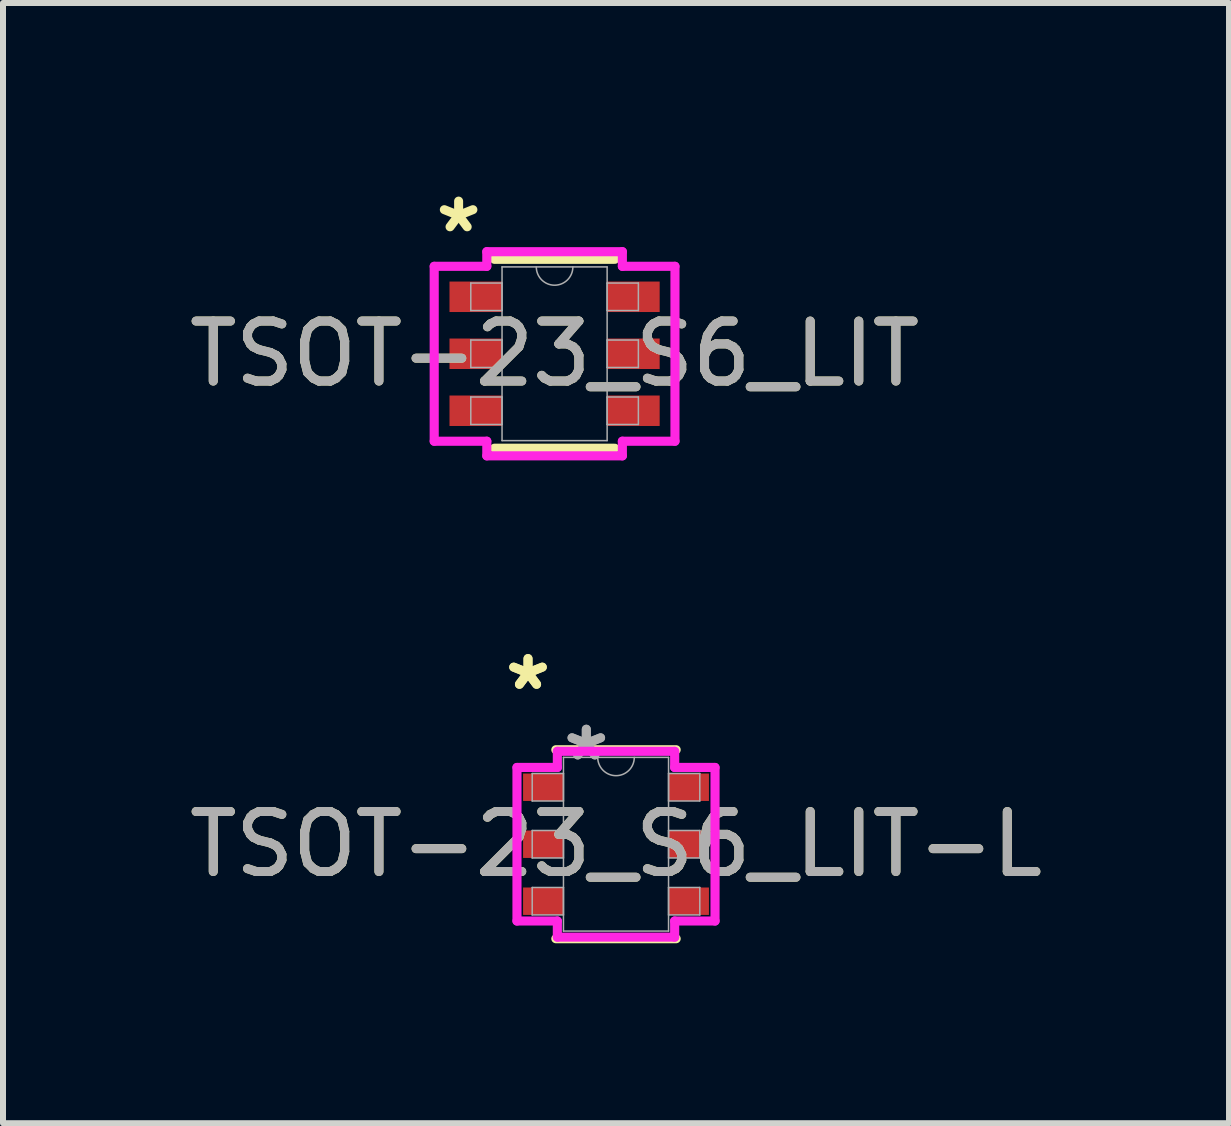
<source format=kicad_pcb>
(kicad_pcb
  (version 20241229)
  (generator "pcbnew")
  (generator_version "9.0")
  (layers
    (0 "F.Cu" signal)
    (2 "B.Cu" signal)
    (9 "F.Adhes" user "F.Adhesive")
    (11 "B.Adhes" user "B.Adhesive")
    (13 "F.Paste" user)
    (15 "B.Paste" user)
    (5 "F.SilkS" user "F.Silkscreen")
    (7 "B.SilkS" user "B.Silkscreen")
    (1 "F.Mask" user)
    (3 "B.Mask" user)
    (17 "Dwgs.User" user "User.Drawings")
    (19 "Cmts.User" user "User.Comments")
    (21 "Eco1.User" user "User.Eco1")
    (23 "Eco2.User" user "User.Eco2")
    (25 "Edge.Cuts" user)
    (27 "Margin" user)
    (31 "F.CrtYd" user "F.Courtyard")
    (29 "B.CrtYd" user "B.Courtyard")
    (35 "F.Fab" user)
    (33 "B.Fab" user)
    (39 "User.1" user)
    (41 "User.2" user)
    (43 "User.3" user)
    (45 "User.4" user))
  (footprint "TSOT-23_S6_LIT"
    (layer "F.Cu")
    (at 6.196 2.848)
    (property "Reference" "TSOT-23_S6_LIT" (at 0 0 0) (unlocked yes) (layer "F.SilkS") (effects (font (size 1 1) (thickness 0.15))))
    (attr smd)
    (fp_line (start -1.003 1.575) (end 1.003 1.575) (stroke (width 0.152) (type solid)) (layer "F.SilkS"))
    (fp_line (start 1.003 -1.575) (end -1.003 -1.575) (stroke (width 0.152) (type solid)) (layer "F.SilkS"))
    (fp_line (start -2.007 -1.458) (end -1.13 -1.458) (stroke (width 0.152) (type solid)) (layer "F.CrtYd"))
    (fp_line (start -2.007 1.458) (end -2.007 -1.458) (stroke (width 0.152) (type solid)) (layer "F.CrtYd"))
    (fp_line (start -2.007 1.458) (end -1.13 1.458) (stroke (width 0.152) (type solid)) (layer "F.CrtYd"))
    (fp_line (start -1.13 -1.702) (end 1.13 -1.702) (stroke (width 0.152) (type solid)) (layer "F.CrtYd"))
    (fp_line (start -1.13 -1.458) (end -1.13 -1.702) (stroke (width 0.152) (type solid)) (layer "F.CrtYd"))
    (fp_line (start -1.13 1.702) (end -1.13 1.458) (stroke (width 0.152) (type solid)) (layer "F.CrtYd"))
    (fp_line (start 1.13 -1.702) (end 1.13 -1.458) (stroke (width 0.152) (type solid)) (layer "F.CrtYd"))
    (fp_line (start 1.13 1.458) (end 1.13 1.702) (stroke (width 0.152) (type solid)) (layer "F.CrtYd"))
    (fp_line (start 1.13 1.702) (end -1.13 1.702) (stroke (width 0.152) (type solid)) (layer "F.CrtYd"))
    (fp_line (start 2.007 -1.458) (end 1.13 -1.458) (stroke (width 0.152) (type solid)) (layer "F.CrtYd"))
    (fp_line (start 2.007 -1.458) (end 2.007 1.458) (stroke (width 0.152) (type solid)) (layer "F.CrtYd"))
    (fp_line (start 2.007 1.458) (end 1.13 1.458) (stroke (width 0.152) (type solid)) (layer "F.CrtYd"))
    (fp_line (start -1.397 -1.179) (end -1.397 -0.721) (stroke (width 0.025) (type solid)) (layer "F.Fab"))
    (fp_line (start -1.397 -0.721) (end -0.876 -0.721) (stroke (width 0.025) (type solid)) (layer "F.Fab"))
    (fp_line (start -1.397 -0.229) (end -1.397 0.229) (stroke (width 0.025) (type solid)) (layer "F.Fab"))
    (fp_line (start -1.397 0.229) (end -0.876 0.229) (stroke (width 0.025) (type solid)) (layer "F.Fab"))
    (fp_line (start -1.397 0.721) (end -1.397 1.179) (stroke (width 0.025) (type solid)) (layer "F.Fab"))
    (fp_line (start -1.397 1.179) (end -0.876 1.179) (stroke (width 0.025) (type solid)) (layer "F.Fab"))
    (fp_line (start -0.876 -1.448) (end -0.876 1.448) (stroke (width 0.025) (type solid)) (layer "F.Fab"))
    (fp_line (start -0.876 -1.179) (end -1.397 -1.179) (stroke (width 0.025) (type solid)) (layer "F.Fab"))
    (fp_line (start -0.876 -0.721) (end -0.876 -1.179) (stroke (width 0.025) (type solid)) (layer "F.Fab"))
    (fp_line (start -0.876 -0.229) (end -1.397 -0.229) (stroke (width 0.025) (type solid)) (layer "F.Fab"))
    (fp_line (start -0.876 0.229) (end -0.876 -0.229) (stroke (width 0.025) (type solid)) (layer "F.Fab"))
    (fp_line (start -0.876 0.721) (end -1.397 0.721) (stroke (width 0.025) (type solid)) (layer "F.Fab"))
    (fp_line (start -0.876 1.179) (end -0.876 0.721) (stroke (width 0.025) (type solid)) (layer "F.Fab"))
    (fp_line (start -0.876 1.448) (end 0.876 1.448) (stroke (width 0.025) (type solid)) (layer "F.Fab"))
    (fp_line (start 0.876 -1.448) (end -0.876 -1.448) (stroke (width 0.025) (type solid)) (layer "F.Fab"))
    (fp_line (start 0.876 -1.179) (end 0.876 -0.721) (stroke (width 0.025) (type solid)) (layer "F.Fab"))
    (fp_line (start 0.876 -0.721) (end 1.397 -0.721) (stroke (width 0.025) (type solid)) (layer "F.Fab"))
    (fp_line (start 0.876 -0.229) (end 0.876 0.229) (stroke (width 0.025) (type solid)) (layer "F.Fab"))
    (fp_line (start 0.876 0.229) (end 1.397 0.229) (stroke (width 0.025) (type solid)) (layer "F.Fab"))
    (fp_line (start 0.876 0.721) (end 0.876 1.179) (stroke (width 0.025) (type solid)) (layer "F.Fab"))
    (fp_line (start 0.876 1.179) (end 1.397 1.179) (stroke (width 0.025) (type solid)) (layer "F.Fab"))
    (fp_line (start 0.876 1.448) (end 0.876 -1.448) (stroke (width 0.025) (type solid)) (layer "F.Fab"))
    (fp_line (start 1.397 -1.179) (end 0.876 -1.179) (stroke (width 0.025) (type solid)) (layer "F.Fab"))
    (fp_line (start 1.397 -0.721) (end 1.397 -1.179) (stroke (width 0.025) (type solid)) (layer "F.Fab"))
    (fp_line (start 1.397 -0.229) (end 0.876 -0.229) (stroke (width 0.025) (type solid)) (layer "F.Fab"))
    (fp_line (start 1.397 0.229) (end 1.397 -0.229) (stroke (width 0.025) (type solid)) (layer "F.Fab"))
    (fp_line (start 1.397 0.721) (end 0.876 0.721) (stroke (width 0.025) (type solid)) (layer "F.Fab"))
    (fp_line (start 1.397 1.179) (end 1.397 0.721) (stroke (width 0.025) (type solid)) (layer "F.Fab"))
    (fp_arc (start 0.3048 -1.4478) (mid 0 -1.143) (end -0.3048 -1.4478) (stroke (width 0.0254) (type solid)) (layer "F.Fab"))
    (fp_text user "*" (at -1.6 -2 0) (layer "F.SilkS") (effects (font (size 1 1) (thickness 0.15))))
    (fp_text user "${REFERENCE}" (at 0 0 0) (unlocked yes) (layer "F.Fab") (effects (font (size 1 1) (thickness 0.15))))
    (pad "1" smd rect (at -1.314 -0.95) (size 0.876 0.508) (layers "F.Cu" "F.Mask" "F.Paste"))
    (pad "2" smd rect (at -1.314 0) (size 0.876 0.508) (layers "F.Cu" "F.Mask" "F.Paste"))
    (pad "3" smd rect (at -1.314 0.95) (size 0.876 0.508) (layers "F.Cu" "F.Mask" "F.Paste"))
    (pad "4" smd rect (at 1.314 0.95) (size 0.876 0.508) (layers "F.Cu" "F.Mask" "F.Paste"))
    (pad "5" smd rect (at 1.314 0) (size 0.876 0.508) (layers "F.Cu" "F.Mask" "F.Paste"))
    (pad "6" smd rect (at 1.314 -0.95) (size 0.876 0.508) (layers "F.Cu" "F.Mask" "F.Paste")))
  (footprint "TSOT-23_S6_LIT-L"
    (layer "F.Cu")
    (at 7.22 11.025)
    (property "Reference" "TSOT-23_S6_LIT-L" (at 0 0 0) (unlocked yes) (layer "F.SilkS") (effects (font (size 1 1) (thickness 0.15))))
    (attr smd)
    (fp_line (start -1.003 1.575) (end 1.003 1.575) (stroke (width 0.152) (type solid)) (layer "F.SilkS"))
    (fp_line (start 1.003 -1.575) (end -1.003 -1.575) (stroke (width 0.152) (type solid)) (layer "F.SilkS"))
    (fp_line (start -1.651 -1.28) (end -0.978 -1.28) (stroke (width 0.152) (type solid)) (layer "F.CrtYd"))
    (fp_line (start -1.651 1.28) (end -1.651 -1.28) (stroke (width 0.152) (type solid)) (layer "F.CrtYd"))
    (fp_line (start -1.651 1.28) (end -0.978 1.28) (stroke (width 0.152) (type solid)) (layer "F.CrtYd"))
    (fp_line (start -0.978 -1.549) (end 0.978 -1.549) (stroke (width 0.152) (type solid)) (layer "F.CrtYd"))
    (fp_line (start -0.978 -1.28) (end -0.978 -1.549) (stroke (width 0.152) (type solid)) (layer "F.CrtYd"))
    (fp_line (start -0.978 1.549) (end -0.978 1.28) (stroke (width 0.152) (type solid)) (layer "F.CrtYd"))
    (fp_line (start 0.978 -1.549) (end 0.978 -1.28) (stroke (width 0.152) (type solid)) (layer "F.CrtYd"))
    (fp_line (start 0.978 1.28) (end 0.978 1.549) (stroke (width 0.152) (type solid)) (layer "F.CrtYd"))
    (fp_line (start 0.978 1.549) (end -0.978 1.549) (stroke (width 0.152) (type solid)) (layer "F.CrtYd"))
    (fp_line (start 1.651 -1.28) (end 0.978 -1.28) (stroke (width 0.152) (type solid)) (layer "F.CrtYd"))
    (fp_line (start 1.651 -1.28) (end 1.651 1.28) (stroke (width 0.152) (type solid)) (layer "F.CrtYd"))
    (fp_line (start 1.651 1.28) (end 0.978 1.28) (stroke (width 0.152) (type solid)) (layer "F.CrtYd"))
    (fp_line (start -1.397 -1.179) (end -1.397 -0.721) (stroke (width 0.025) (type solid)) (layer "F.Fab"))
    (fp_line (start -1.397 -0.721) (end -0.876 -0.721) (stroke (width 0.025) (type solid)) (layer "F.Fab"))
    (fp_line (start -1.397 -0.229) (end -1.397 0.229) (stroke (width 0.025) (type solid)) (layer "F.Fab"))
    (fp_line (start -1.397 0.229) (end -0.876 0.229) (stroke (width 0.025) (type solid)) (layer "F.Fab"))
    (fp_line (start -1.397 0.721) (end -1.397 1.179) (stroke (width 0.025) (type solid)) (layer "F.Fab"))
    (fp_line (start -1.397 1.179) (end -0.876 1.179) (stroke (width 0.025) (type solid)) (layer "F.Fab"))
    (fp_line (start -0.876 -1.448) (end -0.876 1.448) (stroke (width 0.025) (type solid)) (layer "F.Fab"))
    (fp_line (start -0.876 -1.179) (end -1.397 -1.179) (stroke (width 0.025) (type solid)) (layer "F.Fab"))
    (fp_line (start -0.876 -0.721) (end -0.876 -1.179) (stroke (width 0.025) (type solid)) (layer "F.Fab"))
    (fp_line (start -0.876 -0.229) (end -1.397 -0.229) (stroke (width 0.025) (type solid)) (layer "F.Fab"))
    (fp_line (start -0.876 0.229) (end -0.876 -0.229) (stroke (width 0.025) (type solid)) (layer "F.Fab"))
    (fp_line (start -0.876 0.721) (end -1.397 0.721) (stroke (width 0.025) (type solid)) (layer "F.Fab"))
    (fp_line (start -0.876 1.179) (end -0.876 0.721) (stroke (width 0.025) (type solid)) (layer "F.Fab"))
    (fp_line (start -0.876 1.448) (end 0.876 1.448) (stroke (width 0.025) (type solid)) (layer "F.Fab"))
    (fp_line (start 0.876 -1.448) (end -0.876 -1.448) (stroke (width 0.025) (type solid)) (layer "F.Fab"))
    (fp_line (start 0.876 -1.179) (end 0.876 -0.721) (stroke (width 0.025) (type solid)) (layer "F.Fab"))
    (fp_line (start 0.876 -0.721) (end 1.397 -0.721) (stroke (width 0.025) (type solid)) (layer "F.Fab"))
    (fp_line (start 0.876 -0.229) (end 0.876 0.229) (stroke (width 0.025) (type solid)) (layer "F.Fab"))
    (fp_line (start 0.876 0.229) (end 1.397 0.229) (stroke (width 0.025) (type solid)) (layer "F.Fab"))
    (fp_line (start 0.876 0.721) (end 0.876 1.179) (stroke (width 0.025) (type solid)) (layer "F.Fab"))
    (fp_line (start 0.876 1.179) (end 1.397 1.179) (stroke (width 0.025) (type solid)) (layer "F.Fab"))
    (fp_line (start 0.876 1.448) (end 0.876 -1.448) (stroke (width 0.025) (type solid)) (layer "F.Fab"))
    (fp_line (start 1.397 -1.179) (end 0.876 -1.179) (stroke (width 0.025) (type solid)) (layer "F.Fab"))
    (fp_line (start 1.397 -0.721) (end 1.397 -1.179) (stroke (width 0.025) (type solid)) (layer "F.Fab"))
    (fp_line (start 1.397 -0.229) (end 0.876 -0.229) (stroke (width 0.025) (type solid)) (layer "F.Fab"))
    (fp_line (start 1.397 0.229) (end 1.397 -0.229) (stroke (width 0.025) (type solid)) (layer "F.Fab"))
    (fp_line (start 1.397 0.721) (end 0.876 0.721) (stroke (width 0.025) (type solid)) (layer "F.Fab"))
    (fp_line (start 1.397 1.179) (end 1.397 0.721) (stroke (width 0.025) (type solid)) (layer "F.Fab"))
    (fp_arc (start 0.3048 -1.4478) (mid 0 -1.143) (end -0.3048 -1.4478) (stroke (width 0.0254) (type solid)) (layer "F.Fab"))
    (fp_text user "*" (at -1.467 -2.55 0) (unlocked yes) (layer "F.SilkS") (effects (font (size 1 1) (thickness 0.15))))
    (fp_text user "*" (at -1.467 -2.55 0) (layer "F.SilkS") (effects (font (size 1 1) (thickness 0.15))))
    (fp_text user "*" (at -0.495 -1.372 0) (layer "F.Fab") (effects (font (size 1 1) (thickness 0.15))))
    (fp_text user "*" (at -0.495 -1.372 0) (unlocked yes) (layer "F.Fab") (effects (font (size 1 1) (thickness 0.15))))
    (fp_text user "${REFERENCE}" (at 0 0 0) (unlocked yes) (layer "F.Fab") (effects (font (size 1 1) (thickness 0.15))))
    (pad "1" smd rect (at -1.213 -0.95) (size 0.673 0.457) (layers "F.Cu" "F.Mask" "F.Paste"))
    (pad "2" smd rect (at -1.213 0) (size 0.673 0.457) (layers "F.Cu" "F.Mask" "F.Paste"))
    (pad "3" smd rect (at -1.213 0.95) (size 0.673 0.457) (layers "F.Cu" "F.Mask" "F.Paste"))
    (pad "4" smd rect (at 1.213 0.95) (size 0.673 0.457) (layers "F.Cu" "F.Mask" "F.Paste"))
    (pad "5" smd rect (at 1.213 0) (size 0.673 0.457) (layers "F.Cu" "F.Mask" "F.Paste"))
    (pad "6" smd rect (at 1.213 -0.95) (size 0.673 0.457) (layers "F.Cu" "F.Mask" "F.Paste")))
  (gr_rect
    (start -3 -3)
    (end 17.44 15.676)
    (stroke (width 0.1) (type default))
    (fill no)
    (layer "Edge.Cuts")))
</source>
